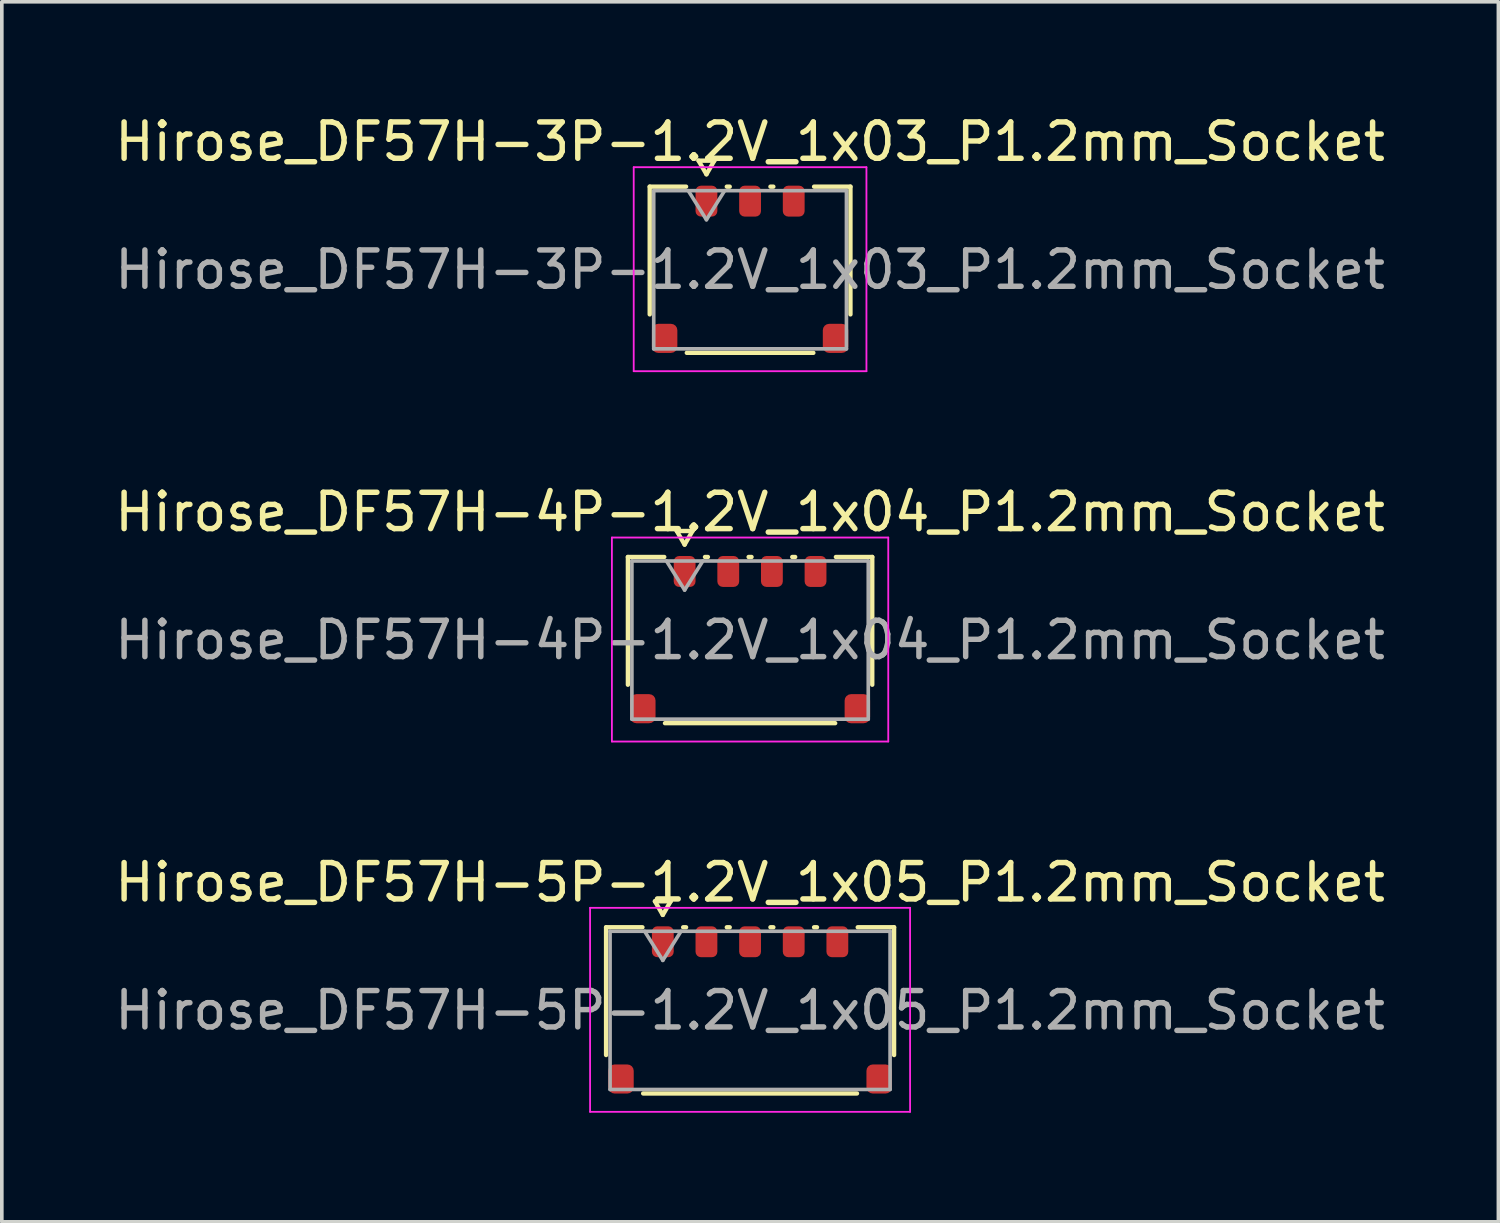
<source format=kicad_pcb>
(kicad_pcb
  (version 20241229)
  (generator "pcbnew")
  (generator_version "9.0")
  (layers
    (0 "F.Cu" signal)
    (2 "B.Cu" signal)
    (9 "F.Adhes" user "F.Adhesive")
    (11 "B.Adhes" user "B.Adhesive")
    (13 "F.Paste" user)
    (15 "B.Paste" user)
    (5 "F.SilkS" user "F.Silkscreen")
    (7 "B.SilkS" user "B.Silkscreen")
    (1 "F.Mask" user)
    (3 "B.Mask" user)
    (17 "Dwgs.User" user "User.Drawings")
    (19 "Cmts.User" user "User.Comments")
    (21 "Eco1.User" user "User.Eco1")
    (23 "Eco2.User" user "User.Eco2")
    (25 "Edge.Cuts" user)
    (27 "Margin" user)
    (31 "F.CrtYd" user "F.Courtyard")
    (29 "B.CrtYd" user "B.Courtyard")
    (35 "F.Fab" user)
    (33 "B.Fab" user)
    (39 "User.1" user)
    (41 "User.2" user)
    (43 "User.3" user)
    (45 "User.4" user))
  (footprint "Hirose_DF57H-5P-1.2V_1x05_P1.2mm_Socket"
    (layer "F.Cu")
    (at 17.577 24.735)
    (property "Reference" "Hirose_DF57H-5P-1.2V_1x05_P1.2mm_Socket" (at 0 -3.52 0) (layer "F.SilkS") (effects (font (size 1 1) (thickness 0.15))))
    (attr smd)
    (fp_line (start -3.96 -2.285) (end -2.96 -2.285) (stroke (width 0.12) (type solid)) (layer "F.SilkS"))
    (fp_line (start -3.96 1.228) (end -3.96 -2.285) (stroke (width 0.12) (type solid)) (layer "F.SilkS"))
    (fp_line (start -2.617 -3) (end -2.4 -2.625) (stroke (width 0.12) (type solid)) (layer "F.SilkS"))
    (fp_line (start -2.4 -2.625) (end -2.183 -3) (stroke (width 0.12) (type solid)) (layer "F.SilkS"))
    (fp_line (start -2.183 -3) (end -2.617 -3) (stroke (width 0.12) (type solid)) (layer "F.SilkS"))
    (fp_line (start -1.84 -2.285) (end -1.76 -2.285) (stroke (width 0.12) (type solid)) (layer "F.SilkS"))
    (fp_line (start -0.64 -2.285) (end -0.56 -2.285) (stroke (width 0.12) (type solid)) (layer "F.SilkS"))
    (fp_line (start 0.56 -2.285) (end 0.64 -2.285) (stroke (width 0.12) (type solid)) (layer "F.SilkS"))
    (fp_line (start 1.76 -2.285) (end 1.84 -2.285) (stroke (width 0.12) (type solid)) (layer "F.SilkS"))
    (fp_line (start 2.94 2.285) (end -2.94 2.285) (stroke (width 0.12) (type solid)) (layer "F.SilkS"))
    (fp_line (start 2.96 -2.285) (end 3.96 -2.285) (stroke (width 0.12) (type solid)) (layer "F.SilkS"))
    (fp_line (start 3.96 -2.285) (end 3.96 1.228) (stroke (width 0.12) (type solid)) (layer "F.SilkS"))
    (fp_line (start -4.4 -2.82) (end -4.4 2.79) (stroke (width 0.05) (type solid)) (layer "F.CrtYd"))
    (fp_line (start -4.4 2.79) (end 4.4 2.79) (stroke (width 0.05) (type solid)) (layer "F.CrtYd"))
    (fp_line (start 4.4 -2.82) (end -4.4 -2.82) (stroke (width 0.05) (type solid)) (layer "F.CrtYd"))
    (fp_line (start 4.4 2.79) (end 4.4 -2.82) (stroke (width 0.05) (type solid)) (layer "F.CrtYd"))
    (fp_line (start -3.85 -2.175) (end 3.85 -2.175) (stroke (width 0.1) (type solid)) (layer "F.Fab"))
    (fp_line (start -3.85 2.175) (end -3.85 -2.175) (stroke (width 0.1) (type solid)) (layer "F.Fab"))
    (fp_line (start -2.9 -2.175) (end -2.4 -1.375) (stroke (width 0.1) (type solid)) (layer "F.Fab"))
    (fp_line (start -2.4 -1.375) (end -1.9 -2.175) (stroke (width 0.1) (type solid)) (layer "F.Fab"))
    (fp_line (start 3.85 -2.175) (end 3.85 2.175) (stroke (width 0.1) (type solid)) (layer "F.Fab"))
    (fp_line (start 3.85 2.175) (end -3.85 2.175) (stroke (width 0.1) (type solid)) (layer "F.Fab"))
    (fp_text user "${REFERENCE}" (at 0 0 0) (layer "F.Fab") (effects (font (size 1 1) (thickness 0.15))))
    (pad "" smd roundrect (at -3.55 1.887) (size 0.7 0.8) (layers "F.Cu" "F.Mask" "F.Paste") (roundrect_rratio 0.25))
    (pad "" smd roundrect (at 3.55 1.887) (size 0.7 0.8) (layers "F.Cu" "F.Mask" "F.Paste") (roundrect_rratio 0.25))
    (pad "1" smd roundrect (at -2.4 -1.887) (size 0.6 0.85) (layers "F.Cu" "F.Mask" "F.Paste") (roundrect_rratio 0.25))
    (pad "2" smd roundrect (at -1.2 -1.887) (size 0.6 0.85) (layers "F.Cu" "F.Mask" "F.Paste") (roundrect_rratio 0.25))
    (pad "3" smd roundrect (at 0 -1.887) (size 0.6 0.85) (layers "F.Cu" "F.Mask" "F.Paste") (roundrect_rratio 0.25))
    (pad "4" smd roundrect (at 1.2 -1.887) (size 0.6 0.85) (layers "F.Cu" "F.Mask" "F.Paste") (roundrect_rratio 0.25))
    (pad "5" smd roundrect (at 2.4 -1.887) (size 0.6 0.85) (layers "F.Cu" "F.Mask" "F.Paste") (roundrect_rratio 0.25))
    (zone (net_name "") (layer "F.Cu") (name "keepout") (hatch edge 0.5) (connect_pads) (min_thickness 0.25) (filled_areas_thickness no) (keepout (tracks not_allowed) (vias not_allowed) (pads allowed) (copperpour not_allowed) (footprints allowed)) (placement (enabled no)) (fill) (polygon (pts (xy 14.527 23.272) (xy 20.627 23.272) (xy 20.627 24.472) (xy 14.527 24.472)))))
  (footprint "Hirose_DF57H-3P-1.2V_1x03_P1.2mm_Socket"
    (layer "F.Cu")
    (at 17.577 4.368)
    (property "Reference" "Hirose_DF57H-3P-1.2V_1x03_P1.2mm_Socket" (at 0 -3.52 0) (layer "F.SilkS") (effects (font (size 1 1) (thickness 0.15))))
    (attr smd)
    (fp_line (start -2.76 -2.285) (end -1.76 -2.285) (stroke (width 0.12) (type solid)) (layer "F.SilkS"))
    (fp_line (start -2.76 1.228) (end -2.76 -2.285) (stroke (width 0.12) (type solid)) (layer "F.SilkS"))
    (fp_line (start -1.417 -3) (end -1.2 -2.625) (stroke (width 0.12) (type solid)) (layer "F.SilkS"))
    (fp_line (start -1.2 -2.625) (end -0.983 -3) (stroke (width 0.12) (type solid)) (layer "F.SilkS"))
    (fp_line (start -0.983 -3) (end -1.417 -3) (stroke (width 0.12) (type solid)) (layer "F.SilkS"))
    (fp_line (start -0.64 -2.285) (end -0.56 -2.285) (stroke (width 0.12) (type solid)) (layer "F.SilkS"))
    (fp_line (start 0.56 -2.285) (end 0.64 -2.285) (stroke (width 0.12) (type solid)) (layer "F.SilkS"))
    (fp_line (start 1.74 2.285) (end -1.74 2.285) (stroke (width 0.12) (type solid)) (layer "F.SilkS"))
    (fp_line (start 1.76 -2.285) (end 2.76 -2.285) (stroke (width 0.12) (type solid)) (layer "F.SilkS"))
    (fp_line (start 2.76 -2.285) (end 2.76 1.228) (stroke (width 0.12) (type solid)) (layer "F.SilkS"))
    (fp_line (start -3.2 -2.82) (end -3.2 2.79) (stroke (width 0.05) (type solid)) (layer "F.CrtYd"))
    (fp_line (start -3.2 2.79) (end 3.2 2.79) (stroke (width 0.05) (type solid)) (layer "F.CrtYd"))
    (fp_line (start 3.2 -2.82) (end -3.2 -2.82) (stroke (width 0.05) (type solid)) (layer "F.CrtYd"))
    (fp_line (start 3.2 2.79) (end 3.2 -2.82) (stroke (width 0.05) (type solid)) (layer "F.CrtYd"))
    (fp_line (start -2.65 -2.175) (end 2.65 -2.175) (stroke (width 0.1) (type solid)) (layer "F.Fab"))
    (fp_line (start -2.65 2.175) (end -2.65 -2.175) (stroke (width 0.1) (type solid)) (layer "F.Fab"))
    (fp_line (start -1.7 -2.175) (end -1.2 -1.375) (stroke (width 0.1) (type solid)) (layer "F.Fab"))
    (fp_line (start -1.2 -1.375) (end -0.7 -2.175) (stroke (width 0.1) (type solid)) (layer "F.Fab"))
    (fp_line (start 2.65 -2.175) (end 2.65 2.175) (stroke (width 0.1) (type solid)) (layer "F.Fab"))
    (fp_line (start 2.65 2.175) (end -2.65 2.175) (stroke (width 0.1) (type solid)) (layer "F.Fab"))
    (fp_text user "${REFERENCE}" (at 0 0 0) (layer "F.Fab") (effects (font (size 1 1) (thickness 0.15))))
    (pad "" smd roundrect (at -2.35 1.887) (size 0.7 0.8) (layers "F.Cu" "F.Mask" "F.Paste") (roundrect_rratio 0.25))
    (pad "" smd roundrect (at 2.35 1.887) (size 0.7 0.8) (layers "F.Cu" "F.Mask" "F.Paste") (roundrect_rratio 0.25))
    (pad "1" smd roundrect (at -1.2 -1.887) (size 0.6 0.85) (layers "F.Cu" "F.Mask" "F.Paste") (roundrect_rratio 0.25))
    (pad "2" smd roundrect (at 0 -1.887) (size 0.6 0.85) (layers "F.Cu" "F.Mask" "F.Paste") (roundrect_rratio 0.25))
    (pad "3" smd roundrect (at 1.2 -1.887) (size 0.6 0.85) (layers "F.Cu" "F.Mask" "F.Paste") (roundrect_rratio 0.25))
    (zone (net_name "") (layer "F.Cu") (name "keepout") (hatch edge 0.5) (connect_pads) (min_thickness 0.25) (filled_areas_thickness no) (keepout (tracks not_allowed) (vias not_allowed) (pads allowed) (copperpour not_allowed) (footprints allowed)) (placement (enabled no)) (fill) (polygon (pts (xy 15.727 2.906) (xy 19.427 2.906) (xy 19.427 4.106) (xy 15.727 4.106)))))
  (footprint "Hirose_DF57H-4P-1.2V_1x04_P1.2mm_Socket"
    (layer "F.Cu")
    (at 17.577 14.552)
    (property "Reference" "Hirose_DF57H-4P-1.2V_1x04_P1.2mm_Socket" (at 0 -3.52 0) (layer "F.SilkS") (effects (font (size 1 1) (thickness 0.15))))
    (attr smd)
    (fp_line (start -3.36 -2.285) (end -2.36 -2.285) (stroke (width 0.12) (type solid)) (layer "F.SilkS"))
    (fp_line (start -3.36 1.228) (end -3.36 -2.285) (stroke (width 0.12) (type solid)) (layer "F.SilkS"))
    (fp_line (start -2.017 -3) (end -1.8 -2.625) (stroke (width 0.12) (type solid)) (layer "F.SilkS"))
    (fp_line (start -1.8 -2.625) (end -1.583 -3) (stroke (width 0.12) (type solid)) (layer "F.SilkS"))
    (fp_line (start -1.583 -3) (end -2.017 -3) (stroke (width 0.12) (type solid)) (layer "F.SilkS"))
    (fp_line (start -1.24 -2.285) (end -1.16 -2.285) (stroke (width 0.12) (type solid)) (layer "F.SilkS"))
    (fp_line (start -0.04 -2.285) (end 0.04 -2.285) (stroke (width 0.12) (type solid)) (layer "F.SilkS"))
    (fp_line (start 1.16 -2.285) (end 1.24 -2.285) (stroke (width 0.12) (type solid)) (layer "F.SilkS"))
    (fp_line (start 2.34 2.285) (end -2.34 2.285) (stroke (width 0.12) (type solid)) (layer "F.SilkS"))
    (fp_line (start 2.36 -2.285) (end 3.36 -2.285) (stroke (width 0.12) (type solid)) (layer "F.SilkS"))
    (fp_line (start 3.36 -2.285) (end 3.36 1.228) (stroke (width 0.12) (type solid)) (layer "F.SilkS"))
    (fp_line (start -3.8 -2.82) (end -3.8 2.79) (stroke (width 0.05) (type solid)) (layer "F.CrtYd"))
    (fp_line (start -3.8 2.79) (end 3.8 2.79) (stroke (width 0.05) (type solid)) (layer "F.CrtYd"))
    (fp_line (start 3.8 -2.82) (end -3.8 -2.82) (stroke (width 0.05) (type solid)) (layer "F.CrtYd"))
    (fp_line (start 3.8 2.79) (end 3.8 -2.82) (stroke (width 0.05) (type solid)) (layer "F.CrtYd"))
    (fp_line (start -3.25 -2.175) (end 3.25 -2.175) (stroke (width 0.1) (type solid)) (layer "F.Fab"))
    (fp_line (start -3.25 2.175) (end -3.25 -2.175) (stroke (width 0.1) (type solid)) (layer "F.Fab"))
    (fp_line (start -2.3 -2.175) (end -1.8 -1.375) (stroke (width 0.1) (type solid)) (layer "F.Fab"))
    (fp_line (start -1.8 -1.375) (end -1.3 -2.175) (stroke (width 0.1) (type solid)) (layer "F.Fab"))
    (fp_line (start 3.25 -2.175) (end 3.25 2.175) (stroke (width 0.1) (type solid)) (layer "F.Fab"))
    (fp_line (start 3.25 2.175) (end -3.25 2.175) (stroke (width 0.1) (type solid)) (layer "F.Fab"))
    (fp_text user "${REFERENCE}" (at 0 0 0) (layer "F.Fab") (effects (font (size 1 1) (thickness 0.15))))
    (pad "" smd roundrect (at -2.95 1.887) (size 0.7 0.8) (layers "F.Cu" "F.Mask" "F.Paste") (roundrect_rratio 0.25))
    (pad "" smd roundrect (at 2.95 1.887) (size 0.7 0.8) (layers "F.Cu" "F.Mask" "F.Paste") (roundrect_rratio 0.25))
    (pad "1" smd roundrect (at -1.8 -1.887) (size 0.6 0.85) (layers "F.Cu" "F.Mask" "F.Paste") (roundrect_rratio 0.25))
    (pad "2" smd roundrect (at -0.6 -1.887) (size 0.6 0.85) (layers "F.Cu" "F.Mask" "F.Paste") (roundrect_rratio 0.25))
    (pad "3" smd roundrect (at 0.6 -1.887) (size 0.6 0.85) (layers "F.Cu" "F.Mask" "F.Paste") (roundrect_rratio 0.25))
    (pad "4" smd roundrect (at 1.8 -1.887) (size 0.6 0.85) (layers "F.Cu" "F.Mask" "F.Paste") (roundrect_rratio 0.25))
    (zone (net_name "") (layer "F.Cu") (name "keepout") (hatch edge 0.5) (connect_pads) (min_thickness 0.25) (filled_areas_thickness no) (keepout (tracks not_allowed) (vias not_allowed) (pads allowed) (copperpour not_allowed) (footprints allowed)) (placement (enabled no)) (fill) (polygon (pts (xy 15.127 13.089) (xy 20.027 13.089) (xy 20.027 14.289) (xy 15.127 14.289)))))
  (gr_rect
    (start -3 -3)
    (end 38.155 30.55)
    (stroke (width 0.1) (type default))
    (fill no)
    (layer "Edge.Cuts")))
</source>
